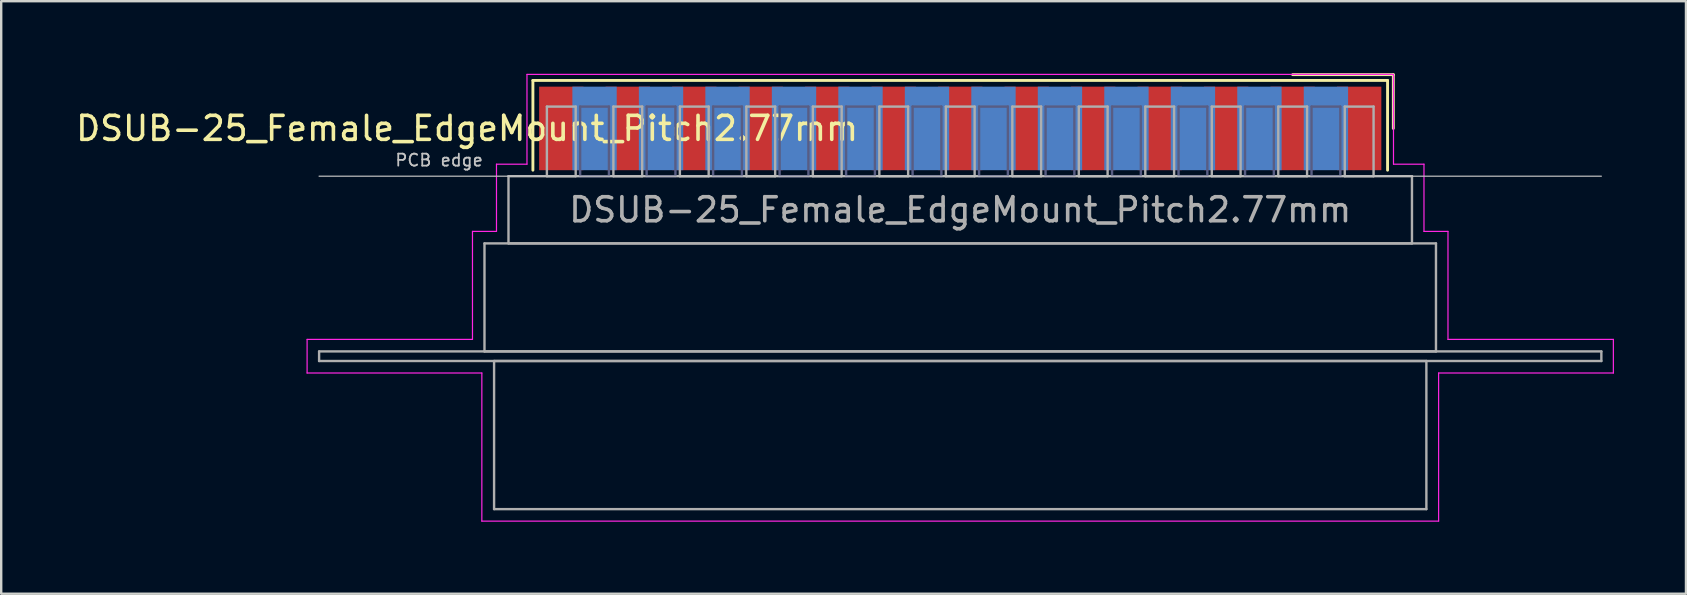
<source format=kicad_pcb>
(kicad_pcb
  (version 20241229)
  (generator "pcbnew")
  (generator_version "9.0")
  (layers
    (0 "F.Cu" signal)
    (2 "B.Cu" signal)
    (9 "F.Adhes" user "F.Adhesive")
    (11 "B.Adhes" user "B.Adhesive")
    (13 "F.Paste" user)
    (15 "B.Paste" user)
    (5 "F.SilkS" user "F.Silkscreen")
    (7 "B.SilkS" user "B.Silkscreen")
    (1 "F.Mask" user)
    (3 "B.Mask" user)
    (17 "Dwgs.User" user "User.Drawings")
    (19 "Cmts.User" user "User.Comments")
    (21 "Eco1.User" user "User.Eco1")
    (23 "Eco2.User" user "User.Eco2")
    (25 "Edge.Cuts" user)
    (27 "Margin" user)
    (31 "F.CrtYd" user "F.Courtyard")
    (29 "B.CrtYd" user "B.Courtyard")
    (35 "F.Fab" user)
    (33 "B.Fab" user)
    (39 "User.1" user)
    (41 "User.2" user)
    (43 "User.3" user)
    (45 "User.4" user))
  (footprint "DSUB-25_Female_EdgeMount_Pitch2.77mm"
    (layer "F.Cu")
    (at 36.954 2.3)
    (property "Reference" "DSUB-25_Female_EdgeMount_Pitch2.77mm" (at -20.543 0 0) (layer "F.SilkS") (effects (font (size 1 1) (thickness 0.15))))
    (attr smd)
    (fp_line (start -17.803 -2) (end -17.803 1.74) (stroke (width 0.12) (type solid)) (layer "F.SilkS"))
    (fp_line (start 17.803 -2) (end -17.803 -2) (stroke (width 0.12) (type solid)) (layer "F.SilkS"))
    (fp_line (start 17.803 1.74) (end 17.803 -2) (stroke (width 0.12) (type solid)) (layer "F.SilkS"))
    (fp_line (start 18.043 -2.24) (end 13.85 -2.24) (stroke (width 0.12) (type solid)) (layer "F.SilkS"))
    (fp_line (start 18.043 0) (end 18.043 -2.24) (stroke (width 0.12) (type solid)) (layer "F.SilkS"))
    (fp_line (start -26.71 1.99) (end 26.71 1.99) (stroke (width 0.05) (type solid)) (layer "Dwgs.User"))
    (fp_line (start -27.21 8.79) (end -20.32 8.79) (stroke (width 0.05) (type solid)) (layer "F.CrtYd"))
    (fp_line (start -27.21 10.19) (end -27.21 8.79) (stroke (width 0.05) (type solid)) (layer "F.CrtYd"))
    (fp_line (start -20.32 4.29) (end -19.32 4.29) (stroke (width 0.05) (type solid)) (layer "F.CrtYd"))
    (fp_line (start -20.32 8.79) (end -20.32 4.29) (stroke (width 0.05) (type solid)) (layer "F.CrtYd"))
    (fp_line (start -19.93 10.19) (end -27.21 10.19) (stroke (width 0.05) (type solid)) (layer "F.CrtYd"))
    (fp_line (start -19.93 16.36) (end -19.93 10.19) (stroke (width 0.05) (type solid)) (layer "F.CrtYd"))
    (fp_line (start -19.32 1.49) (end -18.05 1.49) (stroke (width 0.05) (type solid)) (layer "F.CrtYd"))
    (fp_line (start -19.32 4.29) (end -19.32 1.49) (stroke (width 0.05) (type solid)) (layer "F.CrtYd"))
    (fp_line (start -18.05 -2.25) (end 18.05 -2.25) (stroke (width 0.05) (type solid)) (layer "F.CrtYd"))
    (fp_line (start -18.05 1.49) (end -18.05 -2.25) (stroke (width 0.05) (type solid)) (layer "F.CrtYd"))
    (fp_line (start 18.05 -2.25) (end 18.05 1.49) (stroke (width 0.05) (type solid)) (layer "F.CrtYd"))
    (fp_line (start 18.05 1.49) (end 19.32 1.49) (stroke (width 0.05) (type solid)) (layer "F.CrtYd"))
    (fp_line (start 19.32 1.49) (end 19.32 4.29) (stroke (width 0.05) (type solid)) (layer "F.CrtYd"))
    (fp_line (start 19.32 4.29) (end 20.32 4.29) (stroke (width 0.05) (type solid)) (layer "F.CrtYd"))
    (fp_line (start 19.93 10.19) (end 19.93 16.36) (stroke (width 0.05) (type solid)) (layer "F.CrtYd"))
    (fp_line (start 19.93 16.36) (end -19.93 16.36) (stroke (width 0.05) (type solid)) (layer "F.CrtYd"))
    (fp_line (start 20.32 4.29) (end 20.32 8.79) (stroke (width 0.05) (type solid)) (layer "F.CrtYd"))
    (fp_line (start 20.32 8.79) (end 27.21 8.79) (stroke (width 0.05) (type solid)) (layer "F.CrtYd"))
    (fp_line (start 27.21 8.79) (end 27.21 10.19) (stroke (width 0.05) (type solid)) (layer "F.CrtYd"))
    (fp_line (start 27.21 10.19) (end 19.93 10.19) (stroke (width 0.05) (type solid)) (layer "F.CrtYd"))
    (fp_line (start -15.835 -0.91) (end -15.835 1.99) (stroke (width 0.1) (type solid)) (layer "B.Fab"))
    (fp_line (start -15.835 1.99) (end -14.635 1.99) (stroke (width 0.1) (type solid)) (layer "B.Fab"))
    (fp_line (start -14.635 -0.91) (end -15.835 -0.91) (stroke (width 0.1) (type solid)) (layer "B.Fab"))
    (fp_line (start -14.635 1.99) (end -14.635 -0.91) (stroke (width 0.1) (type solid)) (layer "B.Fab"))
    (fp_line (start -13.065 -0.91) (end -13.065 1.99) (stroke (width 0.1) (type solid)) (layer "B.Fab"))
    (fp_line (start -13.065 1.99) (end -11.865 1.99) (stroke (width 0.1) (type solid)) (layer "B.Fab"))
    (fp_line (start -11.865 -0.91) (end -13.065 -0.91) (stroke (width 0.1) (type solid)) (layer "B.Fab"))
    (fp_line (start -11.865 1.99) (end -11.865 -0.91) (stroke (width 0.1) (type solid)) (layer "B.Fab"))
    (fp_line (start -10.295 -0.91) (end -10.295 1.99) (stroke (width 0.1) (type solid)) (layer "B.Fab"))
    (fp_line (start -10.295 1.99) (end -9.095 1.99) (stroke (width 0.1) (type solid)) (layer "B.Fab"))
    (fp_line (start -9.095 -0.91) (end -10.295 -0.91) (stroke (width 0.1) (type solid)) (layer "B.Fab"))
    (fp_line (start -9.095 1.99) (end -9.095 -0.91) (stroke (width 0.1) (type solid)) (layer "B.Fab"))
    (fp_line (start -7.525 -0.91) (end -7.525 1.99) (stroke (width 0.1) (type solid)) (layer "B.Fab"))
    (fp_line (start -7.525 1.99) (end -6.325 1.99) (stroke (width 0.1) (type solid)) (layer "B.Fab"))
    (fp_line (start -6.325 -0.91) (end -7.525 -0.91) (stroke (width 0.1) (type solid)) (layer "B.Fab"))
    (fp_line (start -6.325 1.99) (end -6.325 -0.91) (stroke (width 0.1) (type solid)) (layer "B.Fab"))
    (fp_line (start -4.755 -0.91) (end -4.755 1.99) (stroke (width 0.1) (type solid)) (layer "B.Fab"))
    (fp_line (start -4.755 1.99) (end -3.555 1.99) (stroke (width 0.1) (type solid)) (layer "B.Fab"))
    (fp_line (start -3.555 -0.91) (end -4.755 -0.91) (stroke (width 0.1) (type solid)) (layer "B.Fab"))
    (fp_line (start -3.555 1.99) (end -3.555 -0.91) (stroke (width 0.1) (type solid)) (layer "B.Fab"))
    (fp_line (start -1.985 -0.91) (end -1.985 1.99) (stroke (width 0.1) (type solid)) (layer "B.Fab"))
    (fp_line (start -1.985 1.99) (end -0.785 1.99) (stroke (width 0.1) (type solid)) (layer "B.Fab"))
    (fp_line (start -0.785 -0.91) (end -1.985 -0.91) (stroke (width 0.1) (type solid)) (layer "B.Fab"))
    (fp_line (start -0.785 1.99) (end -0.785 -0.91) (stroke (width 0.1) (type solid)) (layer "B.Fab"))
    (fp_line (start 0.785 -0.91) (end 0.785 1.99) (stroke (width 0.1) (type solid)) (layer "B.Fab"))
    (fp_line (start 0.785 1.99) (end 1.985 1.99) (stroke (width 0.1) (type solid)) (layer "B.Fab"))
    (fp_line (start 1.985 -0.91) (end 0.785 -0.91) (stroke (width 0.1) (type solid)) (layer "B.Fab"))
    (fp_line (start 1.985 1.99) (end 1.985 -0.91) (stroke (width 0.1) (type solid)) (layer "B.Fab"))
    (fp_line (start 3.555 -0.91) (end 3.555 1.99) (stroke (width 0.1) (type solid)) (layer "B.Fab"))
    (fp_line (start 3.555 1.99) (end 4.755 1.99) (stroke (width 0.1) (type solid)) (layer "B.Fab"))
    (fp_line (start 4.755 -0.91) (end 3.555 -0.91) (stroke (width 0.1) (type solid)) (layer "B.Fab"))
    (fp_line (start 4.755 1.99) (end 4.755 -0.91) (stroke (width 0.1) (type solid)) (layer "B.Fab"))
    (fp_line (start 6.325 -0.91) (end 6.325 1.99) (stroke (width 0.1) (type solid)) (layer "B.Fab"))
    (fp_line (start 6.325 1.99) (end 7.525 1.99) (stroke (width 0.1) (type solid)) (layer "B.Fab"))
    (fp_line (start 7.525 -0.91) (end 6.325 -0.91) (stroke (width 0.1) (type solid)) (layer "B.Fab"))
    (fp_line (start 7.525 1.99) (end 7.525 -0.91) (stroke (width 0.1) (type solid)) (layer "B.Fab"))
    (fp_line (start 9.095 -0.91) (end 9.095 1.99) (stroke (width 0.1) (type solid)) (layer "B.Fab"))
    (fp_line (start 9.095 1.99) (end 10.295 1.99) (stroke (width 0.1) (type solid)) (layer "B.Fab"))
    (fp_line (start 10.295 -0.91) (end 9.095 -0.91) (stroke (width 0.1) (type solid)) (layer "B.Fab"))
    (fp_line (start 10.295 1.99) (end 10.295 -0.91) (stroke (width 0.1) (type solid)) (layer "B.Fab"))
    (fp_line (start 11.865 -0.91) (end 11.865 1.99) (stroke (width 0.1) (type solid)) (layer "B.Fab"))
    (fp_line (start 11.865 1.99) (end 13.065 1.99) (stroke (width 0.1) (type solid)) (layer "B.Fab"))
    (fp_line (start 13.065 -0.91) (end 11.865 -0.91) (stroke (width 0.1) (type solid)) (layer "B.Fab"))
    (fp_line (start 13.065 1.99) (end 13.065 -0.91) (stroke (width 0.1) (type solid)) (layer "B.Fab"))
    (fp_line (start 14.635 -0.91) (end 14.635 1.99) (stroke (width 0.1) (type solid)) (layer "B.Fab"))
    (fp_line (start 14.635 1.99) (end 15.835 1.99) (stroke (width 0.1) (type solid)) (layer "B.Fab"))
    (fp_line (start 15.835 -0.91) (end 14.635 -0.91) (stroke (width 0.1) (type solid)) (layer "B.Fab"))
    (fp_line (start 15.835 1.99) (end 15.835 -0.91) (stroke (width 0.1) (type solid)) (layer "B.Fab"))
    (fp_line (start -26.71 9.29) (end -26.71 9.69) (stroke (width 0.1) (type solid)) (layer "F.Fab"))
    (fp_line (start -26.71 9.69) (end 26.71 9.69) (stroke (width 0.1) (type solid)) (layer "F.Fab"))
    (fp_line (start -19.82 4.79) (end -19.82 9.29) (stroke (width 0.1) (type solid)) (layer "F.Fab"))
    (fp_line (start -19.82 9.29) (end 19.82 9.29) (stroke (width 0.1) (type solid)) (layer "F.Fab"))
    (fp_line (start -19.42 9.69) (end -19.42 15.86) (stroke (width 0.1) (type solid)) (layer "F.Fab"))
    (fp_line (start -19.42 15.86) (end 19.42 15.86) (stroke (width 0.1) (type solid)) (layer "F.Fab"))
    (fp_line (start -18.82 1.99) (end -18.82 4.79) (stroke (width 0.1) (type solid)) (layer "F.Fab"))
    (fp_line (start -18.82 4.79) (end 18.82 4.79) (stroke (width 0.1) (type solid)) (layer "F.Fab"))
    (fp_line (start -17.22 -0.91) (end -17.22 1.99) (stroke (width 0.1) (type solid)) (layer "F.Fab"))
    (fp_line (start -17.22 1.99) (end -16.02 1.99) (stroke (width 0.1) (type solid)) (layer "F.Fab"))
    (fp_line (start -16.02 -0.91) (end -17.22 -0.91) (stroke (width 0.1) (type solid)) (layer "F.Fab"))
    (fp_line (start -16.02 1.99) (end -16.02 -0.91) (stroke (width 0.1) (type solid)) (layer "F.Fab"))
    (fp_line (start -14.45 -0.91) (end -14.45 1.99) (stroke (width 0.1) (type solid)) (layer "F.Fab"))
    (fp_line (start -14.45 1.99) (end -13.25 1.99) (stroke (width 0.1) (type solid)) (layer "F.Fab"))
    (fp_line (start -13.25 -0.91) (end -14.45 -0.91) (stroke (width 0.1) (type solid)) (layer "F.Fab"))
    (fp_line (start -13.25 1.99) (end -13.25 -0.91) (stroke (width 0.1) (type solid)) (layer "F.Fab"))
    (fp_line (start -11.68 -0.91) (end -11.68 1.99) (stroke (width 0.1) (type solid)) (layer "F.Fab"))
    (fp_line (start -11.68 1.99) (end -10.48 1.99) (stroke (width 0.1) (type solid)) (layer "F.Fab"))
    (fp_line (start -10.48 -0.91) (end -11.68 -0.91) (stroke (width 0.1) (type solid)) (layer "F.Fab"))
    (fp_line (start -10.48 1.99) (end -10.48 -0.91) (stroke (width 0.1) (type solid)) (layer "F.Fab"))
    (fp_line (start -8.91 -0.91) (end -8.91 1.99) (stroke (width 0.1) (type solid)) (layer "F.Fab"))
    (fp_line (start -8.91 1.99) (end -7.71 1.99) (stroke (width 0.1) (type solid)) (layer "F.Fab"))
    (fp_line (start -7.71 -0.91) (end -8.91 -0.91) (stroke (width 0.1) (type solid)) (layer "F.Fab"))
    (fp_line (start -7.71 1.99) (end -7.71 -0.91) (stroke (width 0.1) (type solid)) (layer "F.Fab"))
    (fp_line (start -6.14 -0.91) (end -6.14 1.99) (stroke (width 0.1) (type solid)) (layer "F.Fab"))
    (fp_line (start -6.14 1.99) (end -4.94 1.99) (stroke (width 0.1) (type solid)) (layer "F.Fab"))
    (fp_line (start -4.94 -0.91) (end -6.14 -0.91) (stroke (width 0.1) (type solid)) (layer "F.Fab"))
    (fp_line (start -4.94 1.99) (end -4.94 -0.91) (stroke (width 0.1) (type solid)) (layer "F.Fab"))
    (fp_line (start -3.37 -0.91) (end -3.37 1.99) (stroke (width 0.1) (type solid)) (layer "F.Fab"))
    (fp_line (start -3.37 1.99) (end -2.17 1.99) (stroke (width 0.1) (type solid)) (layer "F.Fab"))
    (fp_line (start -2.17 -0.91) (end -3.37 -0.91) (stroke (width 0.1) (type solid)) (layer "F.Fab"))
    (fp_line (start -2.17 1.99) (end -2.17 -0.91) (stroke (width 0.1) (type solid)) (layer "F.Fab"))
    (fp_line (start -0.6 -0.91) (end -0.6 1.99) (stroke (width 0.1) (type solid)) (layer "F.Fab"))
    (fp_line (start -0.6 1.99) (end 0.6 1.99) (stroke (width 0.1) (type solid)) (layer "F.Fab"))
    (fp_line (start 0.6 -0.91) (end -0.6 -0.91) (stroke (width 0.1) (type solid)) (layer "F.Fab"))
    (fp_line (start 0.6 1.99) (end 0.6 -0.91) (stroke (width 0.1) (type solid)) (layer "F.Fab"))
    (fp_line (start 2.17 -0.91) (end 2.17 1.99) (stroke (width 0.1) (type solid)) (layer "F.Fab"))
    (fp_line (start 2.17 1.99) (end 3.37 1.99) (stroke (width 0.1) (type solid)) (layer "F.Fab"))
    (fp_line (start 3.37 -0.91) (end 2.17 -0.91) (stroke (width 0.1) (type solid)) (layer "F.Fab"))
    (fp_line (start 3.37 1.99) (end 3.37 -0.91) (stroke (width 0.1) (type solid)) (layer "F.Fab"))
    (fp_line (start 4.94 -0.91) (end 4.94 1.99) (stroke (width 0.1) (type solid)) (layer "F.Fab"))
    (fp_line (start 4.94 1.99) (end 6.14 1.99) (stroke (width 0.1) (type solid)) (layer "F.Fab"))
    (fp_line (start 6.14 -0.91) (end 4.94 -0.91) (stroke (width 0.1) (type solid)) (layer "F.Fab"))
    (fp_line (start 6.14 1.99) (end 6.14 -0.91) (stroke (width 0.1) (type solid)) (layer "F.Fab"))
    (fp_line (start 7.71 -0.91) (end 7.71 1.99) (stroke (width 0.1) (type solid)) (layer "F.Fab"))
    (fp_line (start 7.71 1.99) (end 8.91 1.99) (stroke (width 0.1) (type solid)) (layer "F.Fab"))
    (fp_line (start 8.91 -0.91) (end 7.71 -0.91) (stroke (width 0.1) (type solid)) (layer "F.Fab"))
    (fp_line (start 8.91 1.99) (end 8.91 -0.91) (stroke (width 0.1) (type solid)) (layer "F.Fab"))
    (fp_line (start 10.48 -0.91) (end 10.48 1.99) (stroke (width 0.1) (type solid)) (layer "F.Fab"))
    (fp_line (start 10.48 1.99) (end 11.68 1.99) (stroke (width 0.1) (type solid)) (layer "F.Fab"))
    (fp_line (start 11.68 -0.91) (end 10.48 -0.91) (stroke (width 0.1) (type solid)) (layer "F.Fab"))
    (fp_line (start 11.68 1.99) (end 11.68 -0.91) (stroke (width 0.1) (type solid)) (layer "F.Fab"))
    (fp_line (start 13.25 -0.91) (end 13.25 1.99) (stroke (width 0.1) (type solid)) (layer "F.Fab"))
    (fp_line (start 13.25 1.99) (end 14.45 1.99) (stroke (width 0.1) (type solid)) (layer "F.Fab"))
    (fp_line (start 14.45 -0.91) (end 13.25 -0.91) (stroke (width 0.1) (type solid)) (layer "F.Fab"))
    (fp_line (start 14.45 1.99) (end 14.45 -0.91) (stroke (width 0.1) (type solid)) (layer "F.Fab"))
    (fp_line (start 16.02 -0.91) (end 16.02 1.99) (stroke (width 0.1) (type solid)) (layer "F.Fab"))
    (fp_line (start 16.02 1.99) (end 17.22 1.99) (stroke (width 0.1) (type solid)) (layer "F.Fab"))
    (fp_line (start 17.22 -0.91) (end 16.02 -0.91) (stroke (width 0.1) (type solid)) (layer "F.Fab"))
    (fp_line (start 17.22 1.99) (end 17.22 -0.91) (stroke (width 0.1) (type solid)) (layer "F.Fab"))
    (fp_line (start 18.82 1.99) (end -18.82 1.99) (stroke (width 0.1) (type solid)) (layer "F.Fab"))
    (fp_line (start 18.82 4.79) (end 18.82 1.99) (stroke (width 0.1) (type solid)) (layer "F.Fab"))
    (fp_line (start 19.42 9.69) (end -19.42 9.69) (stroke (width 0.1) (type solid)) (layer "F.Fab"))
    (fp_line (start 19.42 15.86) (end 19.42 9.69) (stroke (width 0.1) (type solid)) (layer "F.Fab"))
    (fp_line (start 19.82 4.79) (end -19.82 4.79) (stroke (width 0.1) (type solid)) (layer "F.Fab"))
    (fp_line (start 19.82 9.29) (end 19.82 4.79) (stroke (width 0.1) (type solid)) (layer "F.Fab"))
    (fp_line (start 26.71 9.29) (end -26.71 9.29) (stroke (width 0.1) (type solid)) (layer "F.Fab"))
    (fp_line (start 26.71 9.69) (end 26.71 9.29) (stroke (width 0.1) (type solid)) (layer "F.Fab"))
    (fp_text user "PCB edge" (at -21.71 1.323 0) (layer "Dwgs.User") (effects (font (size 0.5 0.5) (thickness 0.075))))
    (fp_text user "${REFERENCE}" (at 0 3.39 0) (layer "F.Fab") (effects (font (size 1 1) (thickness 0.15))))
    (pad "1" smd rect (at 16.62 0) (size 1.847 3.48) (layers "F.Cu" "F.Mask" "F.Paste"))
    (pad "2" smd rect (at 13.85 0) (size 1.847 3.48) (layers "F.Cu" "F.Mask" "F.Paste"))
    (pad "3" smd rect (at 11.08 0) (size 1.847 3.48) (layers "F.Cu" "F.Mask" "F.Paste"))
    (pad "4" smd rect (at 8.31 0) (size 1.847 3.48) (layers "F.Cu" "F.Mask" "F.Paste"))
    (pad "5" smd rect (at 5.54 0) (size 1.847 3.48) (layers "F.Cu" "F.Mask" "F.Paste"))
    (pad "6" smd rect (at 2.77 0) (size 1.847 3.48) (layers "F.Cu" "F.Mask" "F.Paste"))
    (pad "7" smd rect (at 0 0) (size 1.847 3.48) (layers "F.Cu" "F.Mask" "F.Paste"))
    (pad "8" smd rect (at -2.77 0) (size 1.847 3.48) (layers "F.Cu" "F.Mask" "F.Paste"))
    (pad "9" smd rect (at -5.54 0) (size 1.847 3.48) (layers "F.Cu" "F.Mask" "F.Paste"))
    (pad "10" smd rect (at -8.31 0) (size 1.847 3.48) (layers "F.Cu" "F.Mask" "F.Paste"))
    (pad "11" smd rect (at -11.08 0) (size 1.847 3.48) (layers "F.Cu" "F.Mask" "F.Paste"))
    (pad "12" smd rect (at -13.85 0) (size 1.847 3.48) (layers "F.Cu" "F.Mask" "F.Paste"))
    (pad "13" smd rect (at -16.62 0) (size 1.847 3.48) (layers "F.Cu" "F.Mask" "F.Paste"))
    (pad "14" smd rect (at 15.235 0) (size 1.847 3.48) (layers "B.Cu" "B.Mask" "B.Paste"))
    (pad "15" smd rect (at 12.465 0) (size 1.847 3.48) (layers "B.Cu" "B.Mask" "B.Paste"))
    (pad "16" smd rect (at 9.695 0) (size 1.847 3.48) (layers "B.Cu" "B.Mask" "B.Paste"))
    (pad "17" smd rect (at 6.925 0) (size 1.847 3.48) (layers "B.Cu" "B.Mask" "B.Paste"))
    (pad "18" smd rect (at 4.155 0) (size 1.847 3.48) (layers "B.Cu" "B.Mask" "B.Paste"))
    (pad "19" smd rect (at 1.385 0) (size 1.847 3.48) (layers "B.Cu" "B.Mask" "B.Paste"))
    (pad "20" smd rect (at -1.385 0) (size 1.847 3.48) (layers "B.Cu" "B.Mask" "B.Paste"))
    (pad "21" smd rect (at -4.155 0) (size 1.847 3.48) (layers "B.Cu" "B.Mask" "B.Paste"))
    (pad "22" smd rect (at -6.925 0) (size 1.847 3.48) (layers "B.Cu" "B.Mask" "B.Paste"))
    (pad "23" smd rect (at -9.695 0) (size 1.847 3.48) (layers "B.Cu" "B.Mask" "B.Paste"))
    (pad "24" smd rect (at -12.465 0) (size 1.847 3.48) (layers "B.Cu" "B.Mask" "B.Paste"))
    (pad "25" smd rect (at -15.235 0) (size 1.847 3.48) (layers "B.Cu" "B.Mask" "B.Paste")))
  (gr_rect
    (start -3 -3)
    (end 67.189 21.685)
    (stroke (width 0.1) (type default))
    (fill no)
    (layer "Edge.Cuts")))
</source>
